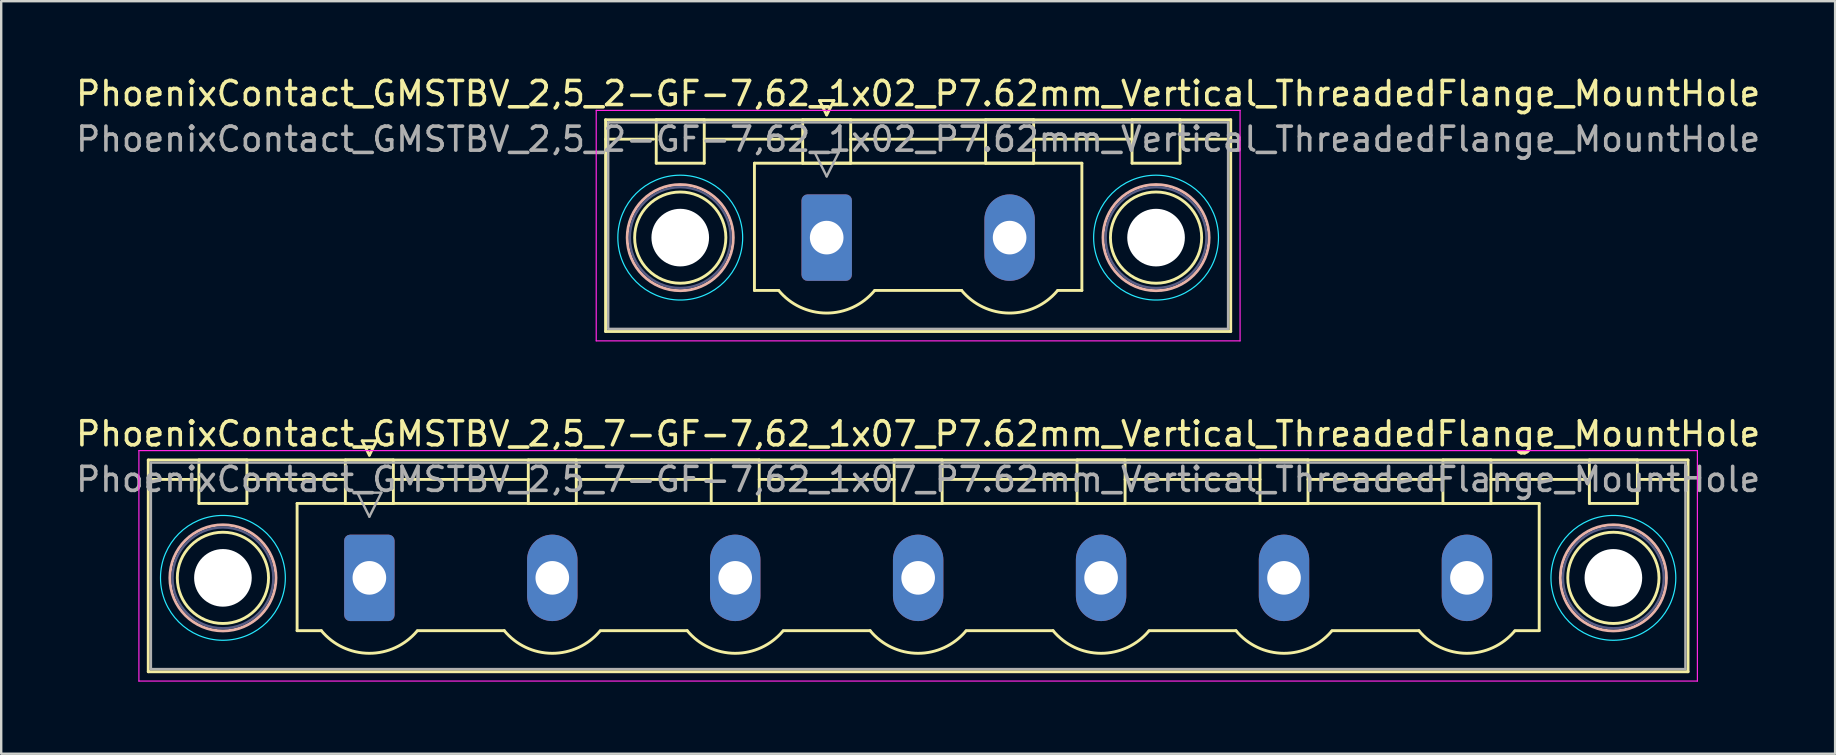
<source format=kicad_pcb>
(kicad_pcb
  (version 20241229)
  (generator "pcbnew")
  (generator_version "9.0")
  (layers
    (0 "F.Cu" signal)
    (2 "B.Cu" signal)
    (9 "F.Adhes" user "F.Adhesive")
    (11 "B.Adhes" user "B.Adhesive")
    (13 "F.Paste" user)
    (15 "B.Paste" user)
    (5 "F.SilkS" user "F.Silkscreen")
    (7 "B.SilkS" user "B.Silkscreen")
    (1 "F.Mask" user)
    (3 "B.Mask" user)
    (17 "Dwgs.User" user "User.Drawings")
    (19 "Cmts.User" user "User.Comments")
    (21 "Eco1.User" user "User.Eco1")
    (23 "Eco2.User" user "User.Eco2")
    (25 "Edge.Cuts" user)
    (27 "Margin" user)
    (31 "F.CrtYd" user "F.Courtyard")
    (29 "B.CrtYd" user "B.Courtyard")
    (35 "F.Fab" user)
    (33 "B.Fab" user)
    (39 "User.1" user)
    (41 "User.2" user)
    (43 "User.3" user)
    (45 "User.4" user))
  (footprint "PhoenixContact_GMSTBV_2,5_7-GF-7,62_1x07_P7.62mm_Vertical_ThreadedFlange_MountHole"
    (layer "F.Cu")
    (at 12.336 21.021)
    (property "Reference" "PhoenixContact_GMSTBV_2,5_7-GF-7,62_1x07_P7.62mm_Vertical_ThreadedFlange_MountHole" (at 22.86 -6 0) (layer "F.SilkS") (effects (font (size 1 1) (thickness 0.15))))
    (attr through_hole)
    (fp_line (start -9.21 -4.91) (end -9.21 3.91) (stroke (width 0.12) (type solid)) (layer "F.SilkS"))
    (fp_line (start -9.21 -4.1) (end -7.21 -4.1) (stroke (width 0.12) (type solid)) (layer "F.SilkS"))
    (fp_line (start -9.21 3.91) (end 54.93 3.91) (stroke (width 0.12) (type solid)) (layer "F.SilkS"))
    (fp_line (start -7.1 -4.91) (end -5.1 -4.91) (stroke (width 0.12) (type solid)) (layer "F.SilkS"))
    (fp_line (start -7.1 -3.1) (end -7.1 -4.91) (stroke (width 0.12) (type solid)) (layer "F.SilkS"))
    (fp_line (start -5.1 -4.91) (end -5.1 -3.1) (stroke (width 0.12) (type solid)) (layer "F.SilkS"))
    (fp_line (start -5.1 -4.1) (end -1 -4.1) (stroke (width 0.12) (type solid)) (layer "F.SilkS"))
    (fp_line (start -5.1 -3.1) (end -7.1 -3.1) (stroke (width 0.12) (type solid)) (layer "F.SilkS"))
    (fp_line (start -3.01 -3.1) (end 48.73 -3.1) (stroke (width 0.12) (type solid)) (layer "F.SilkS"))
    (fp_line (start -3.01 2.2) (end -3.01 -3.1) (stroke (width 0.12) (type solid)) (layer "F.SilkS"))
    (fp_line (start -2 2.2) (end -3.01 2.2) (stroke (width 0.12) (type solid)) (layer "F.SilkS"))
    (fp_line (start -1 -4.91) (end 1 -4.91) (stroke (width 0.12) (type solid)) (layer "F.SilkS"))
    (fp_line (start -1 -3.1) (end -1 -4.91) (stroke (width 0.12) (type solid)) (layer "F.SilkS"))
    (fp_line (start -0.3 -5.71) (end 0.3 -5.71) (stroke (width 0.12) (type solid)) (layer "F.SilkS"))
    (fp_line (start 0 -5.11) (end -0.3 -5.71) (stroke (width 0.12) (type solid)) (layer "F.SilkS"))
    (fp_line (start 0.3 -5.71) (end 0 -5.11) (stroke (width 0.12) (type solid)) (layer "F.SilkS"))
    (fp_line (start 1 -4.91) (end 1 -3.1) (stroke (width 0.12) (type solid)) (layer "F.SilkS"))
    (fp_line (start 1 -4.1) (end 6.62 -4.1) (stroke (width 0.12) (type solid)) (layer "F.SilkS"))
    (fp_line (start 1 -3.1) (end -1 -3.1) (stroke (width 0.12) (type solid)) (layer "F.SilkS"))
    (fp_line (start 2 2.2) (end 5.62 2.2) (stroke (width 0.12) (type solid)) (layer "F.SilkS"))
    (fp_line (start 6.62 -4.91) (end 8.62 -4.91) (stroke (width 0.12) (type solid)) (layer "F.SilkS"))
    (fp_line (start 6.62 -3.1) (end 6.62 -4.91) (stroke (width 0.12) (type solid)) (layer "F.SilkS"))
    (fp_line (start 8.62 -4.91) (end 8.62 -3.1) (stroke (width 0.12) (type solid)) (layer "F.SilkS"))
    (fp_line (start 8.62 -4.1) (end 14.24 -4.1) (stroke (width 0.12) (type solid)) (layer "F.SilkS"))
    (fp_line (start 8.62 -3.1) (end 6.62 -3.1) (stroke (width 0.12) (type solid)) (layer "F.SilkS"))
    (fp_line (start 9.62 2.2) (end 13.24 2.2) (stroke (width 0.12) (type solid)) (layer "F.SilkS"))
    (fp_line (start 14.24 -4.91) (end 16.24 -4.91) (stroke (width 0.12) (type solid)) (layer "F.SilkS"))
    (fp_line (start 14.24 -3.1) (end 14.24 -4.91) (stroke (width 0.12) (type solid)) (layer "F.SilkS"))
    (fp_line (start 16.24 -4.91) (end 16.24 -3.1) (stroke (width 0.12) (type solid)) (layer "F.SilkS"))
    (fp_line (start 16.24 -4.1) (end 21.86 -4.1) (stroke (width 0.12) (type solid)) (layer "F.SilkS"))
    (fp_line (start 16.24 -3.1) (end 14.24 -3.1) (stroke (width 0.12) (type solid)) (layer "F.SilkS"))
    (fp_line (start 17.24 2.2) (end 20.86 2.2) (stroke (width 0.12) (type solid)) (layer "F.SilkS"))
    (fp_line (start 21.86 -4.91) (end 23.86 -4.91) (stroke (width 0.12) (type solid)) (layer "F.SilkS"))
    (fp_line (start 21.86 -3.1) (end 21.86 -4.91) (stroke (width 0.12) (type solid)) (layer "F.SilkS"))
    (fp_line (start 23.86 -4.91) (end 23.86 -3.1) (stroke (width 0.12) (type solid)) (layer "F.SilkS"))
    (fp_line (start 23.86 -4.1) (end 29.48 -4.1) (stroke (width 0.12) (type solid)) (layer "F.SilkS"))
    (fp_line (start 23.86 -3.1) (end 21.86 -3.1) (stroke (width 0.12) (type solid)) (layer "F.SilkS"))
    (fp_line (start 24.86 2.2) (end 28.48 2.2) (stroke (width 0.12) (type solid)) (layer "F.SilkS"))
    (fp_line (start 29.48 -4.91) (end 31.48 -4.91) (stroke (width 0.12) (type solid)) (layer "F.SilkS"))
    (fp_line (start 29.48 -3.1) (end 29.48 -4.91) (stroke (width 0.12) (type solid)) (layer "F.SilkS"))
    (fp_line (start 31.48 -4.91) (end 31.48 -3.1) (stroke (width 0.12) (type solid)) (layer "F.SilkS"))
    (fp_line (start 31.48 -4.1) (end 37.1 -4.1) (stroke (width 0.12) (type solid)) (layer "F.SilkS"))
    (fp_line (start 31.48 -3.1) (end 29.48 -3.1) (stroke (width 0.12) (type solid)) (layer "F.SilkS"))
    (fp_line (start 32.48 2.2) (end 36.1 2.2) (stroke (width 0.12) (type solid)) (layer "F.SilkS"))
    (fp_line (start 37.1 -4.91) (end 39.1 -4.91) (stroke (width 0.12) (type solid)) (layer "F.SilkS"))
    (fp_line (start 37.1 -3.1) (end 37.1 -4.91) (stroke (width 0.12) (type solid)) (layer "F.SilkS"))
    (fp_line (start 39.1 -4.91) (end 39.1 -3.1) (stroke (width 0.12) (type solid)) (layer "F.SilkS"))
    (fp_line (start 39.1 -4.1) (end 44.72 -4.1) (stroke (width 0.12) (type solid)) (layer "F.SilkS"))
    (fp_line (start 39.1 -3.1) (end 37.1 -3.1) (stroke (width 0.12) (type solid)) (layer "F.SilkS"))
    (fp_line (start 40.1 2.2) (end 43.72 2.2) (stroke (width 0.12) (type solid)) (layer "F.SilkS"))
    (fp_line (start 44.72 -4.91) (end 46.72 -4.91) (stroke (width 0.12) (type solid)) (layer "F.SilkS"))
    (fp_line (start 44.72 -3.1) (end 44.72 -4.91) (stroke (width 0.12) (type solid)) (layer "F.SilkS"))
    (fp_line (start 46.72 -4.91) (end 46.72 -3.1) (stroke (width 0.12) (type solid)) (layer "F.SilkS"))
    (fp_line (start 46.72 -4.1) (end 50.82 -4.1) (stroke (width 0.12) (type solid)) (layer "F.SilkS"))
    (fp_line (start 46.72 -3.1) (end 44.72 -3.1) (stroke (width 0.12) (type solid)) (layer "F.SilkS"))
    (fp_line (start 48.73 -3.1) (end 48.73 2.2) (stroke (width 0.12) (type solid)) (layer "F.SilkS"))
    (fp_line (start 48.73 2.2) (end 47.72 2.2) (stroke (width 0.12) (type solid)) (layer "F.SilkS"))
    (fp_line (start 50.82 -4.91) (end 52.82 -4.91) (stroke (width 0.12) (type solid)) (layer "F.SilkS"))
    (fp_line (start 50.82 -3.1) (end 50.82 -4.91) (stroke (width 0.12) (type solid)) (layer "F.SilkS"))
    (fp_line (start 52.82 -4.91) (end 52.82 -3.1) (stroke (width 0.12) (type solid)) (layer "F.SilkS"))
    (fp_line (start 52.82 -3.1) (end 50.82 -3.1) (stroke (width 0.12) (type solid)) (layer "F.SilkS"))
    (fp_line (start 54.93 -4.91) (end -9.21 -4.91) (stroke (width 0.12) (type solid)) (layer "F.SilkS"))
    (fp_line (start 54.93 -4.1) (end 52.93 -4.1) (stroke (width 0.12) (type solid)) (layer "F.SilkS"))
    (fp_line (start 54.93 3.91) (end 54.93 -4.91) (stroke (width 0.12) (type solid)) (layer "F.SilkS"))
    (fp_arc (start 1.986842 2.215821) (mid -0.010289 3.142758) (end -2 2.2) (stroke (width 0.12) (type solid)) (layer "F.SilkS"))
    (fp_arc (start 9.606842 2.215821) (mid 7.609711 3.142758) (end 5.62 2.2) (stroke (width 0.12) (type solid)) (layer "F.SilkS"))
    (fp_arc (start 17.226842 2.215821) (mid 15.229711 3.142758) (end 13.24 2.2) (stroke (width 0.12) (type solid)) (layer "F.SilkS"))
    (fp_arc (start 24.846842 2.215821) (mid 22.849711 3.142758) (end 20.86 2.2) (stroke (width 0.12) (type solid)) (layer "F.SilkS"))
    (fp_arc (start 32.466842 2.215821) (mid 30.469711 3.142758) (end 28.48 2.2) (stroke (width 0.12) (type solid)) (layer "F.SilkS"))
    (fp_arc (start 40.086842 2.215821) (mid 38.089711 3.142758) (end 36.1 2.2) (stroke (width 0.12) (type solid)) (layer "F.SilkS"))
    (fp_arc (start 47.706842 2.215821) (mid 45.709711 3.142758) (end 43.72 2.2) (stroke (width 0.12) (type solid)) (layer "F.SilkS"))
    (fp_circle (center -6.1 0) (end -4.2 0) (stroke (width 0.12) (type solid)) (fill no) (layer "F.SilkS"))
    (fp_circle (center 51.82 0) (end 53.72 0) (stroke (width 0.12) (type solid)) (fill no) (layer "F.SilkS"))
    (fp_circle (center -6.1 0) (end -3.89 0) (stroke (width 0.12) (type solid)) (fill no) (layer "B.SilkS"))
    (fp_circle (center 51.82 0) (end 54.03 0) (stroke (width 0.12) (type solid)) (fill no) (layer "B.SilkS"))
    (fp_circle (center -6.1 0) (end -3.5 0) (stroke (width 0.05) (type solid)) (fill no) (layer "B.CrtYd"))
    (fp_circle (center 51.82 0) (end 54.42 0) (stroke (width 0.05) (type solid)) (fill no) (layer "B.CrtYd"))
    (fp_line (start -9.6 -5.3) (end -9.6 4.3) (stroke (width 0.05) (type solid)) (layer "F.CrtYd"))
    (fp_line (start -9.6 4.3) (end 55.32 4.3) (stroke (width 0.05) (type solid)) (layer "F.CrtYd"))
    (fp_line (start 55.32 -5.3) (end -9.6 -5.3) (stroke (width 0.05) (type solid)) (layer "F.CrtYd"))
    (fp_line (start 55.32 4.3) (end 55.32 -5.3) (stroke (width 0.05) (type solid)) (layer "F.CrtYd"))
    (fp_circle (center -6.1 0) (end -4 0) (stroke (width 0.1) (type solid)) (fill no) (layer "B.Fab"))
    (fp_circle (center 51.82 0) (end 53.92 0) (stroke (width 0.1) (type solid)) (fill no) (layer "B.Fab"))
    (fp_line (start -9.1 -4.8) (end -9.1 3.8) (stroke (width 0.1) (type solid)) (layer "F.Fab"))
    (fp_line (start -9.1 3.8) (end 54.82 3.8) (stroke (width 0.1) (type solid)) (layer "F.Fab"))
    (fp_line (start -0.5 -3.55) (end 0.5 -3.55) (stroke (width 0.1) (type solid)) (layer "F.Fab"))
    (fp_line (start 0 -2.55) (end -0.5 -3.55) (stroke (width 0.1) (type solid)) (layer "F.Fab"))
    (fp_line (start 0.5 -3.55) (end 0 -2.55) (stroke (width 0.1) (type solid)) (layer "F.Fab"))
    (fp_line (start 54.82 -4.8) (end -9.1 -4.8) (stroke (width 0.1) (type solid)) (layer "F.Fab"))
    (fp_line (start 54.82 3.8) (end 54.82 -4.8) (stroke (width 0.1) (type solid)) (layer "F.Fab"))
    (fp_text user "${REFERENCE}" (at 22.86 -4.1 0) (layer "F.Fab") (effects (font (size 1 1) (thickness 0.15))))
    (pad "" np_thru_hole circle (at -6.1 0) (size 2.4 2.4) (drill 2.4) (layers "*.Cu" "*.Mask"))
    (pad "" np_thru_hole circle (at 51.82 0) (size 2.4 2.4) (drill 2.4) (layers "*.Cu" "*.Mask"))
    (pad "1" thru_hole roundrect (at 0 0) (size 2.1 3.6) (drill 1.4) (layers "*.Cu" "*.Mask") (roundrect_rratio 0.119))
    (pad "2" thru_hole oval (at 7.62 0) (size 2.1 3.6) (drill 1.4) (layers "*.Cu" "*.Mask"))
    (pad "3" thru_hole oval (at 15.24 0) (size 2.1 3.6) (drill 1.4) (layers "*.Cu" "*.Mask"))
    (pad "4" thru_hole oval (at 22.86 0) (size 2.1 3.6) (drill 1.4) (layers "*.Cu" "*.Mask"))
    (pad "5" thru_hole oval (at 30.48 0) (size 2.1 3.6) (drill 1.4) (layers "*.Cu" "*.Mask"))
    (pad "6" thru_hole oval (at 38.1 0) (size 2.1 3.6) (drill 1.4) (layers "*.Cu" "*.Mask"))
    (pad "7" thru_hole oval (at 45.72 0) (size 2.1 3.6) (drill 1.4) (layers "*.Cu" "*.Mask")))
  (footprint "PhoenixContact_GMSTBV_2,5_2-GF-7,62_1x02_P7.62mm_Vertical_ThreadedFlange_MountHole"
    (layer "F.Cu")
    (at 31.386 6.848)
    (property "Reference" "PhoenixContact_GMSTBV_2,5_2-GF-7,62_1x02_P7.62mm_Vertical_ThreadedFlange_MountHole" (at 3.81 -6 0) (layer "F.SilkS") (effects (font (size 1 1) (thickness 0.15))))
    (attr through_hole)
    (fp_line (start -9.21 -4.91) (end -9.21 3.91) (stroke (width 0.12) (type solid)) (layer "F.SilkS"))
    (fp_line (start -9.21 -4.1) (end -7.21 -4.1) (stroke (width 0.12) (type solid)) (layer "F.SilkS"))
    (fp_line (start -9.21 3.91) (end 16.83 3.91) (stroke (width 0.12) (type solid)) (layer "F.SilkS"))
    (fp_line (start -7.1 -4.91) (end -5.1 -4.91) (stroke (width 0.12) (type solid)) (layer "F.SilkS"))
    (fp_line (start -7.1 -3.1) (end -7.1 -4.91) (stroke (width 0.12) (type solid)) (layer "F.SilkS"))
    (fp_line (start -5.1 -4.91) (end -5.1 -3.1) (stroke (width 0.12) (type solid)) (layer "F.SilkS"))
    (fp_line (start -5.1 -4.1) (end -1 -4.1) (stroke (width 0.12) (type solid)) (layer "F.SilkS"))
    (fp_line (start -5.1 -3.1) (end -7.1 -3.1) (stroke (width 0.12) (type solid)) (layer "F.SilkS"))
    (fp_line (start -3.01 -3.1) (end 10.63 -3.1) (stroke (width 0.12) (type solid)) (layer "F.SilkS"))
    (fp_line (start -3.01 2.2) (end -3.01 -3.1) (stroke (width 0.12) (type solid)) (layer "F.SilkS"))
    (fp_line (start -2 2.2) (end -3.01 2.2) (stroke (width 0.12) (type solid)) (layer "F.SilkS"))
    (fp_line (start -1 -4.91) (end 1 -4.91) (stroke (width 0.12) (type solid)) (layer "F.SilkS"))
    (fp_line (start -1 -3.1) (end -1 -4.91) (stroke (width 0.12) (type solid)) (layer "F.SilkS"))
    (fp_line (start -0.3 -5.71) (end 0.3 -5.71) (stroke (width 0.12) (type solid)) (layer "F.SilkS"))
    (fp_line (start 0 -5.11) (end -0.3 -5.71) (stroke (width 0.12) (type solid)) (layer "F.SilkS"))
    (fp_line (start 0.3 -5.71) (end 0 -5.11) (stroke (width 0.12) (type solid)) (layer "F.SilkS"))
    (fp_line (start 1 -4.91) (end 1 -3.1) (stroke (width 0.12) (type solid)) (layer "F.SilkS"))
    (fp_line (start 1 -4.1) (end 6.62 -4.1) (stroke (width 0.12) (type solid)) (layer "F.SilkS"))
    (fp_line (start 1 -3.1) (end -1 -3.1) (stroke (width 0.12) (type solid)) (layer "F.SilkS"))
    (fp_line (start 2 2.2) (end 5.62 2.2) (stroke (width 0.12) (type solid)) (layer "F.SilkS"))
    (fp_line (start 6.62 -4.91) (end 8.62 -4.91) (stroke (width 0.12) (type solid)) (layer "F.SilkS"))
    (fp_line (start 6.62 -3.1) (end 6.62 -4.91) (stroke (width 0.12) (type solid)) (layer "F.SilkS"))
    (fp_line (start 8.62 -4.91) (end 8.62 -3.1) (stroke (width 0.12) (type solid)) (layer "F.SilkS"))
    (fp_line (start 8.62 -4.1) (end 12.72 -4.1) (stroke (width 0.12) (type solid)) (layer "F.SilkS"))
    (fp_line (start 8.62 -3.1) (end 6.62 -3.1) (stroke (width 0.12) (type solid)) (layer "F.SilkS"))
    (fp_line (start 10.63 -3.1) (end 10.63 2.2) (stroke (width 0.12) (type solid)) (layer "F.SilkS"))
    (fp_line (start 10.63 2.2) (end 9.62 2.2) (stroke (width 0.12) (type solid)) (layer "F.SilkS"))
    (fp_line (start 12.72 -4.91) (end 14.72 -4.91) (stroke (width 0.12) (type solid)) (layer "F.SilkS"))
    (fp_line (start 12.72 -3.1) (end 12.72 -4.91) (stroke (width 0.12) (type solid)) (layer "F.SilkS"))
    (fp_line (start 14.72 -4.91) (end 14.72 -3.1) (stroke (width 0.12) (type solid)) (layer "F.SilkS"))
    (fp_line (start 14.72 -3.1) (end 12.72 -3.1) (stroke (width 0.12) (type solid)) (layer "F.SilkS"))
    (fp_line (start 16.83 -4.91) (end -9.21 -4.91) (stroke (width 0.12) (type solid)) (layer "F.SilkS"))
    (fp_line (start 16.83 -4.1) (end 14.83 -4.1) (stroke (width 0.12) (type solid)) (layer "F.SilkS"))
    (fp_line (start 16.83 3.91) (end 16.83 -4.91) (stroke (width 0.12) (type solid)) (layer "F.SilkS"))
    (fp_arc (start 1.986842 2.215821) (mid -0.010289 3.142758) (end -2 2.2) (stroke (width 0.12) (type solid)) (layer "F.SilkS"))
    (fp_arc (start 9.606842 2.215821) (mid 7.609711 3.142758) (end 5.62 2.2) (stroke (width 0.12) (type solid)) (layer "F.SilkS"))
    (fp_circle (center -6.1 0) (end -4.2 0) (stroke (width 0.12) (type solid)) (fill no) (layer "F.SilkS"))
    (fp_circle (center 13.72 0) (end 15.62 0) (stroke (width 0.12) (type solid)) (fill no) (layer "F.SilkS"))
    (fp_circle (center -6.1 0) (end -3.89 0) (stroke (width 0.12) (type solid)) (fill no) (layer "B.SilkS"))
    (fp_circle (center 13.72 0) (end 15.93 0) (stroke (width 0.12) (type solid)) (fill no) (layer "B.SilkS"))
    (fp_circle (center -6.1 0) (end -3.5 0) (stroke (width 0.05) (type solid)) (fill no) (layer "B.CrtYd"))
    (fp_circle (center 13.72 0) (end 16.32 0) (stroke (width 0.05) (type solid)) (fill no) (layer "B.CrtYd"))
    (fp_line (start -9.6 -5.3) (end -9.6 4.3) (stroke (width 0.05) (type solid)) (layer "F.CrtYd"))
    (fp_line (start -9.6 4.3) (end 17.22 4.3) (stroke (width 0.05) (type solid)) (layer "F.CrtYd"))
    (fp_line (start 17.22 -5.3) (end -9.6 -5.3) (stroke (width 0.05) (type solid)) (layer "F.CrtYd"))
    (fp_line (start 17.22 4.3) (end 17.22 -5.3) (stroke (width 0.05) (type solid)) (layer "F.CrtYd"))
    (fp_circle (center -6.1 0) (end -4 0) (stroke (width 0.1) (type solid)) (fill no) (layer "B.Fab"))
    (fp_circle (center 13.72 0) (end 15.82 0) (stroke (width 0.1) (type solid)) (fill no) (layer "B.Fab"))
    (fp_line (start -9.1 -4.8) (end -9.1 3.8) (stroke (width 0.1) (type solid)) (layer "F.Fab"))
    (fp_line (start -9.1 3.8) (end 16.72 3.8) (stroke (width 0.1) (type solid)) (layer "F.Fab"))
    (fp_line (start -0.5 -3.55) (end 0.5 -3.55) (stroke (width 0.1) (type solid)) (layer "F.Fab"))
    (fp_line (start 0 -2.55) (end -0.5 -3.55) (stroke (width 0.1) (type solid)) (layer "F.Fab"))
    (fp_line (start 0.5 -3.55) (end 0 -2.55) (stroke (width 0.1) (type solid)) (layer "F.Fab"))
    (fp_line (start 16.72 -4.8) (end -9.1 -4.8) (stroke (width 0.1) (type solid)) (layer "F.Fab"))
    (fp_line (start 16.72 3.8) (end 16.72 -4.8) (stroke (width 0.1) (type solid)) (layer "F.Fab"))
    (fp_text user "${REFERENCE}" (at 3.81 -4.1 0) (layer "F.Fab") (effects (font (size 1 1) (thickness 0.15))))
    (pad "" np_thru_hole circle (at -6.1 0) (size 2.4 2.4) (drill 2.4) (layers "*.Cu" "*.Mask"))
    (pad "" np_thru_hole circle (at 13.72 0) (size 2.4 2.4) (drill 2.4) (layers "*.Cu" "*.Mask"))
    (pad "1" thru_hole roundrect (at 0 0) (size 2.1 3.6) (drill 1.4) (layers "*.Cu" "*.Mask") (roundrect_rratio 0.119))
    (pad "2" thru_hole oval (at 7.62 0) (size 2.1 3.6) (drill 1.4) (layers "*.Cu" "*.Mask")))
  (gr_rect
    (start -3 -3)
    (end 73.393 28.346)
    (stroke (width 0.1) (type default))
    (fill no)
    (layer "Edge.Cuts")))
</source>
